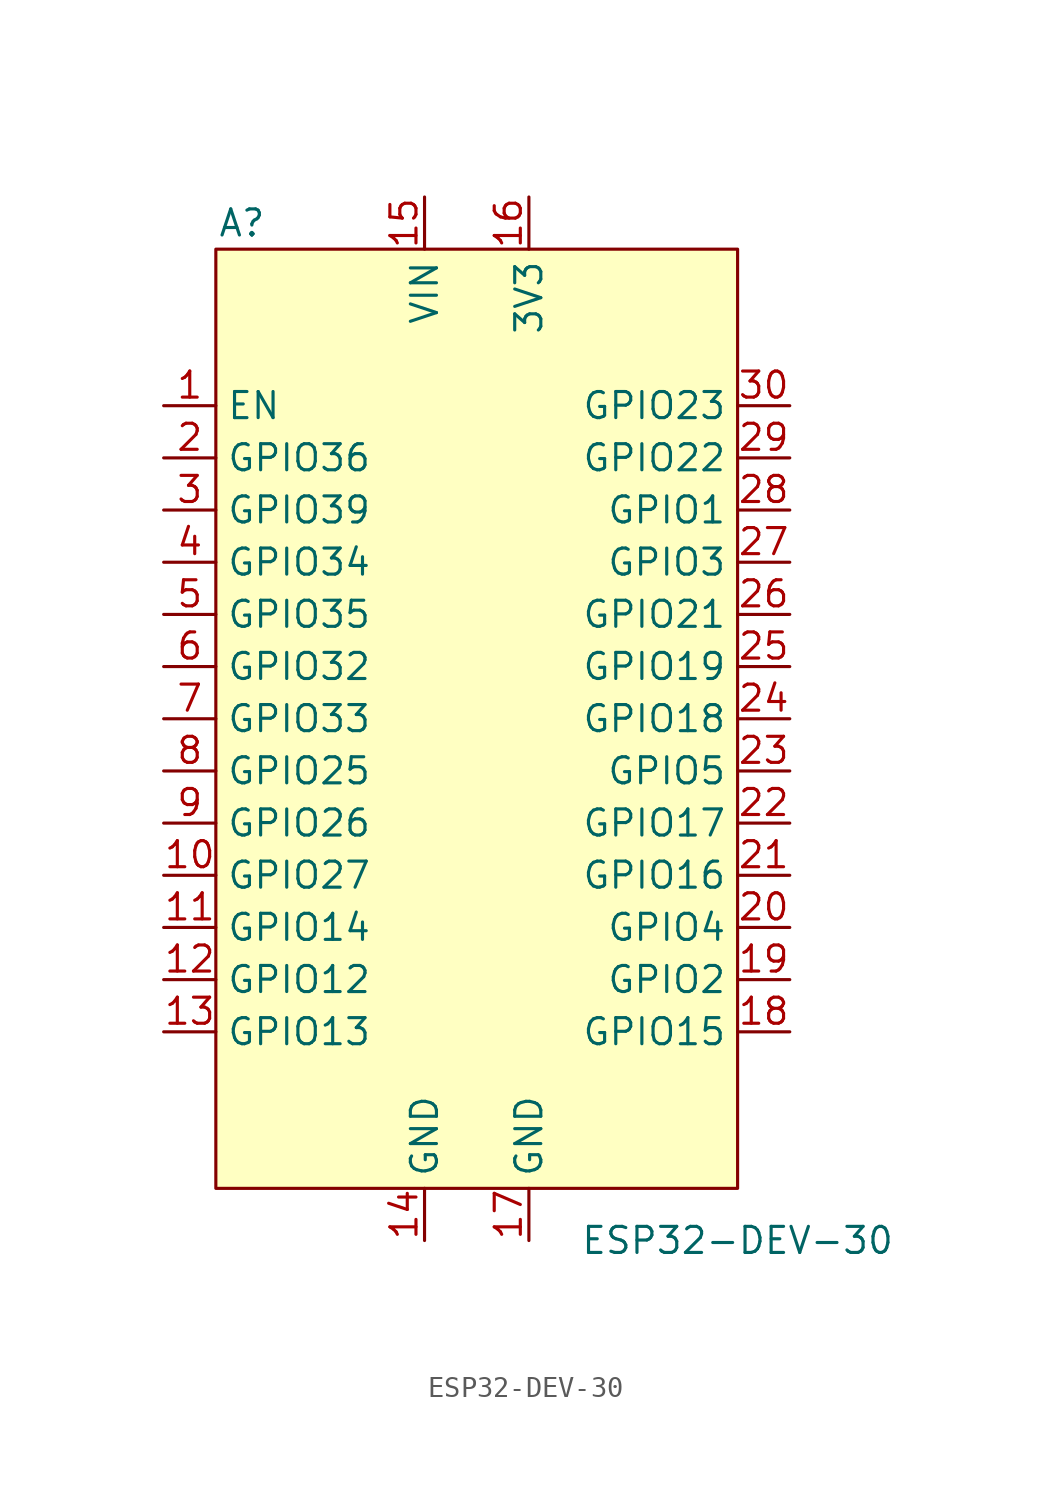
<source format=kicad_sym>
(kicad_symbol_lib
  (version 20211014)
  (generator kicad_symbol_editor)
  (symbol "ESP32-DEV-30"
    (property "Reference" "A"
      (at -11.43 12.7 0)
      (effects (font (size 1.27 1.27))))
    (property "Value" "ESP32-DEV-30"
      (at 12.7 -36.83 0)
      (effects (font (size 1.27 1.27))))
    (symbol "ESP32-DEV-30_0_1"
      (rectangle (start -12.7 11.43) (end 12.7 -34.29) (stroke (width 0) (type default) (color 0 0 0 0)) (fill (type background))))
    (symbol "ESP32-DEV-30_1_1"
      (pin input line (at -15.24 3.81 0) (length 2.54) (name "EN" (effects (font (size 1.27 1.27)))) (number "1" (effects (font (size 1.27 1.27)))))
      (pin bidirectional line (at -15.24 -19.05 0) (length 2.54) (name "GPIO27" (effects (font (size 1.27 1.27)))) (number "10" (effects (font (size 1.27 1.27)))))
      (pin bidirectional line (at -15.24 -21.59 0) (length 2.54) (name "GPIO14" (effects (font (size 1.27 1.27)))) (number "11" (effects (font (size 1.27 1.27)))))
      (pin bidirectional line (at -15.24 -24.13 0) (length 2.54) (name "GPIO12" (effects (font (size 1.27 1.27)))) (number "12" (effects (font (size 1.27 1.27)))))
      (pin bidirectional line (at -15.24 -26.67 0) (length 2.54) (name "GPIO13" (effects (font (size 1.27 1.27)))) (number "13" (effects (font (size 1.27 1.27)))))
      (pin power_in line (at -2.54 -36.83 90) (length 2.54) (name "GND" (effects (font (size 1.27 1.27)))) (number "14" (effects (font (size 1.27 1.27)))))
      (pin power_in line (at -2.54 13.97 270) (length 2.54) (name "VIN" (effects (font (size 1.27 1.27)))) (number "15" (effects (font (size 1.27 1.27)))))
      (pin power_in line (at 2.54 13.97 270) (length 2.54) (name "3V3" (effects (font (size 1.27 1.27)))) (number "16" (effects (font (size 1.27 1.27)))))
      (pin power_in line (at 2.54 -36.83 90) (length 2.54) (name "GND" (effects (font (size 1.27 1.27)))) (number "17" (effects (font (size 1.27 1.27)))))
      (pin bidirectional line (at 15.24 -26.67 180) (length 2.54) (name "GPIO15" (effects (font (size 1.27 1.27)))) (number "18" (effects (font (size 1.27 1.27)))))
      (pin bidirectional line (at 15.24 -24.13 180) (length 2.54) (name "GPIO2" (effects (font (size 1.27 1.27)))) (number "19" (effects (font (size 1.27 1.27)))))
      (pin bidirectional line (at -15.24 1.27 0) (length 2.54) (name "GPIO36" (effects (font (size 1.27 1.27)))) (number "2" (effects (font (size 1.27 1.27)))))
      (pin bidirectional line (at 15.24 -21.59 180) (length 2.54) (name "GPIO4" (effects (font (size 1.27 1.27)))) (number "20" (effects (font (size 1.27 1.27)))))
      (pin bidirectional line (at 15.24 -19.05 180) (length 2.54) (name "GPIO16" (effects (font (size 1.27 1.27)))) (number "21" (effects (font (size 1.27 1.27)))))
      (pin bidirectional line (at 15.24 -16.51 180) (length 2.54) (name "GPIO17" (effects (font (size 1.27 1.27)))) (number "22" (effects (font (size 1.27 1.27)))))
      (pin bidirectional line (at 15.24 -13.97 180) (length 2.54) (name "GPIO5" (effects (font (size 1.27 1.27)))) (number "23" (effects (font (size 1.27 1.27)))))
      (pin bidirectional line (at 15.24 -11.43 180) (length 2.54) (name "GPIO18" (effects (font (size 1.27 1.27)))) (number "24" (effects (font (size 1.27 1.27)))))
      (pin bidirectional line (at 15.24 -8.89 180) (length 2.54) (name "GPIO19" (effects (font (size 1.27 1.27)))) (number "25" (effects (font (size 1.27 1.27)))))
      (pin bidirectional line (at 15.24 -6.35 180) (length 2.54) (name "GPIO21" (effects (font (size 1.27 1.27)))) (number "26" (effects (font (size 1.27 1.27)))))
      (pin bidirectional line (at 15.24 -3.81 180) (length 2.54) (name "GPIO3" (effects (font (size 1.27 1.27)))) (number "27" (effects (font (size 1.27 1.27)))))
      (pin bidirectional line (at 15.24 -1.27 180) (length 2.54) (name "GPIO1" (effects (font (size 1.27 1.27)))) (number "28" (effects (font (size 1.27 1.27)))))
      (pin bidirectional line (at 15.24 1.27 180) (length 2.54) (name "GPIO22" (effects (font (size 1.27 1.27)))) (number "29" (effects (font (size 1.27 1.27)))))
      (pin bidirectional line (at -15.24 -1.27 0) (length 2.54) (name "GPIO39" (effects (font (size 1.27 1.27)))) (number "3" (effects (font (size 1.27 1.27)))))
      (pin bidirectional line (at 15.24 3.81 180) (length 2.54) (name "GPIO23" (effects (font (size 1.27 1.27)))) (number "30" (effects (font (size 1.27 1.27)))))
      (pin bidirectional line (at -15.24 -3.81 0) (length 2.54) (name "GPIO34" (effects (font (size 1.27 1.27)))) (number "4" (effects (font (size 1.27 1.27)))))
      (pin bidirectional line (at -15.24 -6.35 0) (length 2.54) (name "GPIO35" (effects (font (size 1.27 1.27)))) (number "5" (effects (font (size 1.27 1.27)))))
      (pin bidirectional line (at -15.24 -8.89 0) (length 2.54) (name "GPIO32" (effects (font (size 1.27 1.27)))) (number "6" (effects (font (size 1.27 1.27)))))
      (pin bidirectional line (at -15.24 -11.43 0) (length 2.54) (name "GPIO33" (effects (font (size 1.27 1.27)))) (number "7" (effects (font (size 1.27 1.27)))))
      (pin bidirectional line (at -15.24 -13.97 0) (length 2.54) (name "GPIO25" (effects (font (size 1.27 1.27)))) (number "8" (effects (font (size 1.27 1.27)))))
      (pin bidirectional line (at -15.24 -16.51 0) (length 2.54) (name "GPIO26" (effects (font (size 1.27 1.27)))) (number "9" (effects (font (size 1.27 1.27))))))))
</source>
